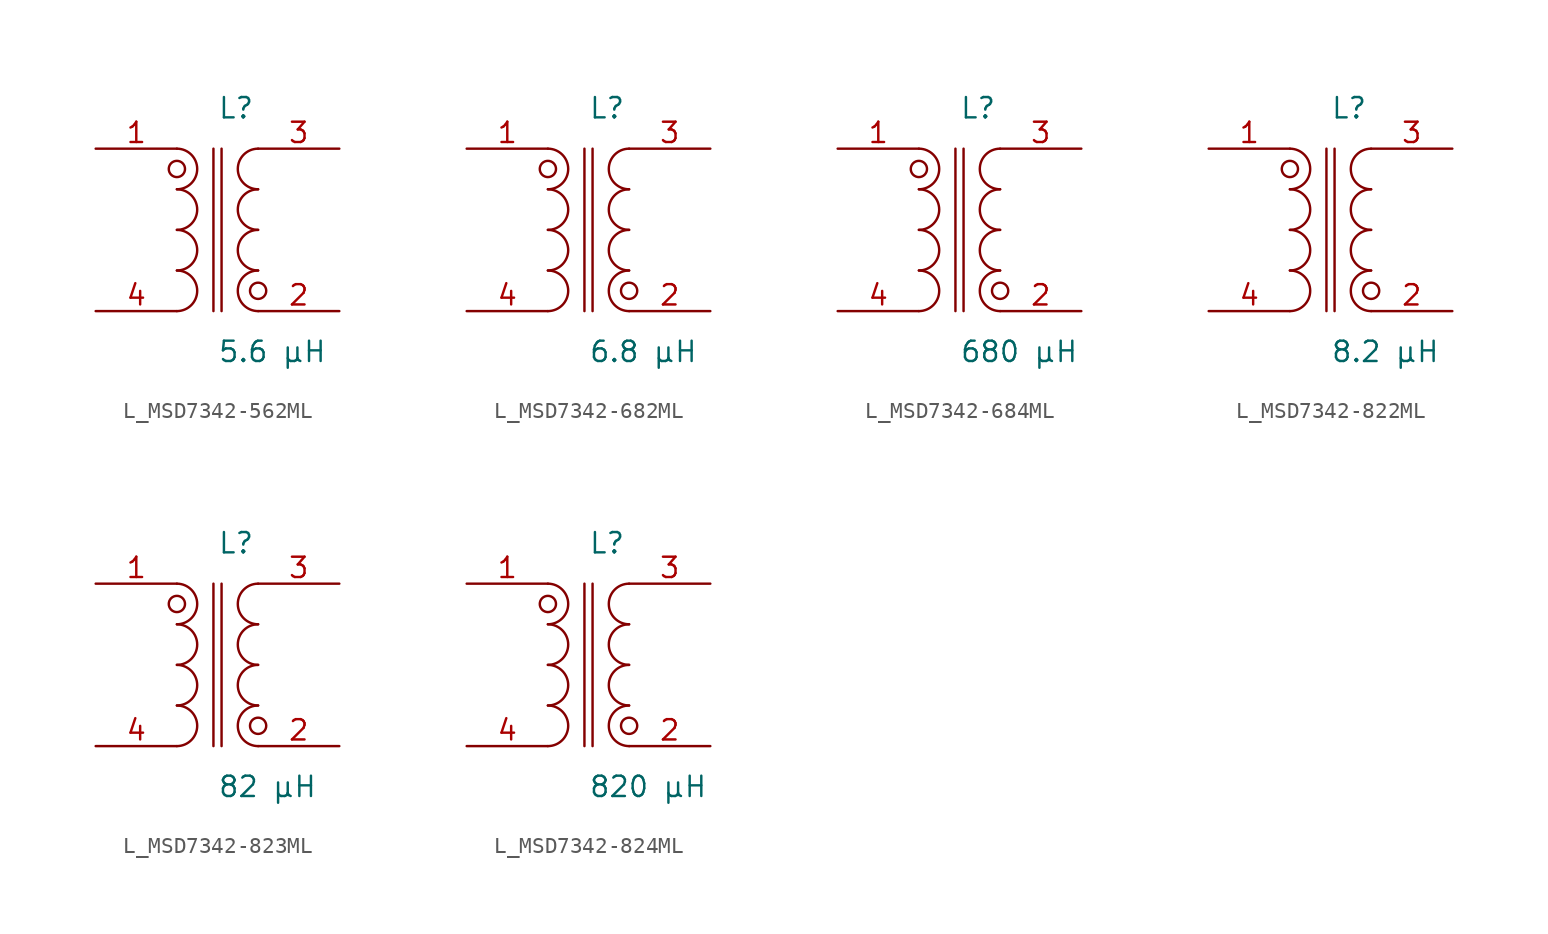
<source format=kicad_sym>
(kicad_symbol_lib
  (version 20231120)
  (generator kicad_symbol_editor)
  (generator_version 8.0)
  (symbol "L_MSD7342-562ML"
    (pin_names
      (offset 0.254))
    (property "Reference" "L"
      (at 0.0 7.62 0)
      (effects (font (size 1.27 1.27)) (justify left)))
    (property "Value" "5.6 µH"
      (at 0.0 -7.62 0)
      (effects (font (size 1.27 1.27)) (justify left)))
    (symbol "L_MSD7342-562ML_1_1"
      (arc (start -2.54 -5.08) (mid -1.27 -3.81) (end -2.54 -2.54) (stroke (width 0) (type default)) (fill (type none)))
      (arc (start -2.54 -2.54) (mid -1.27 -1.27) (end -2.54 0.0) (stroke (width 0) (type default)) (fill (type none)))
      (arc (start -2.54 0.0) (mid -1.27 1.27) (end -2.54 2.54) (stroke (width 0) (type default)) (fill (type none)))
      (arc (start -2.54 2.54) (mid -1.27 3.81) (end -2.54 5.08) (stroke (width 0) (type default)) (fill (type none)))
      (arc (start 2.54 5.08) (mid 1.27 3.81) (end 2.54 2.54) (stroke (width 0) (type default)) (fill (type none)))
      (arc (start 2.54 2.54) (mid 1.27 1.27) (end 2.54 0.0) (stroke (width 0) (type default)) (fill (type none)))
      (arc (start 2.54 0.0) (mid 1.27 -1.27) (end 2.54 -2.54) (stroke (width 0) (type default)) (fill (type none)))
      (arc (start 2.54 -2.54) (mid 1.27 -3.81) (end 2.54 -5.08) (stroke (width 0) (type default)) (fill (type none)))
      (circle (center -2.54 3.81) (radius 0.508) (stroke (width 0) (type default)) (fill (type none)))
      (circle (center 2.54 -3.81) (radius 0.508) (stroke (width 0) (type default)) (fill (type none)))
      (polyline (pts (xy -0.254 5.08) (xy -0.254 -5.08)) (stroke (width 0) (type default)) (fill (type none)))
      (polyline (pts (xy 0.254 5.08) (xy 0.254 -5.08)) (stroke (width 0) (type default)) (fill (type none)))
      (pin unspecified line (at -7.62 5.08 0) (length 5.08) (name "" (effects (font (size 1.27 1.27)))) (number "1" (effects (font (size 1.27 1.27)))))
      (pin unspecified line (at -7.62 -5.08 0) (length 5.08) (name "" (effects (font (size 1.27 1.27)))) (number "4" (effects (font (size 1.27 1.27)))))
      (pin unspecified line (at 7.62 5.08 180) (length 5.08) (name "" (effects (font (size 1.27 1.27)))) (number "3" (effects (font (size 1.27 1.27)))))
      (pin unspecified line (at 7.62 -5.08 180) (length 5.08) (name "" (effects (font (size 1.27 1.27)))) (number "2" (effects (font (size 1.27 1.27)))))))
  (symbol "L_MSD7342-682ML"
    (pin_names
      (offset 0.254))
    (property "Reference" "L"
      (at 0.0 7.62 0)
      (effects (font (size 1.27 1.27)) (justify left)))
    (property "Value" "6.8 µH"
      (at 0.0 -7.62 0)
      (effects (font (size 1.27 1.27)) (justify left)))
    (symbol "L_MSD7342-682ML_1_1"
      (arc (start -2.54 -5.08) (mid -1.27 -3.81) (end -2.54 -2.54) (stroke (width 0) (type default)) (fill (type none)))
      (arc (start -2.54 -2.54) (mid -1.27 -1.27) (end -2.54 0.0) (stroke (width 0) (type default)) (fill (type none)))
      (arc (start -2.54 0.0) (mid -1.27 1.27) (end -2.54 2.54) (stroke (width 0) (type default)) (fill (type none)))
      (arc (start -2.54 2.54) (mid -1.27 3.81) (end -2.54 5.08) (stroke (width 0) (type default)) (fill (type none)))
      (arc (start 2.54 5.08) (mid 1.27 3.81) (end 2.54 2.54) (stroke (width 0) (type default)) (fill (type none)))
      (arc (start 2.54 2.54) (mid 1.27 1.27) (end 2.54 0.0) (stroke (width 0) (type default)) (fill (type none)))
      (arc (start 2.54 0.0) (mid 1.27 -1.27) (end 2.54 -2.54) (stroke (width 0) (type default)) (fill (type none)))
      (arc (start 2.54 -2.54) (mid 1.27 -3.81) (end 2.54 -5.08) (stroke (width 0) (type default)) (fill (type none)))
      (circle (center -2.54 3.81) (radius 0.508) (stroke (width 0) (type default)) (fill (type none)))
      (circle (center 2.54 -3.81) (radius 0.508) (stroke (width 0) (type default)) (fill (type none)))
      (polyline (pts (xy -0.254 5.08) (xy -0.254 -5.08)) (stroke (width 0) (type default)) (fill (type none)))
      (polyline (pts (xy 0.254 5.08) (xy 0.254 -5.08)) (stroke (width 0) (type default)) (fill (type none)))
      (pin unspecified line (at -7.62 5.08 0) (length 5.08) (name "" (effects (font (size 1.27 1.27)))) (number "1" (effects (font (size 1.27 1.27)))))
      (pin unspecified line (at -7.62 -5.08 0) (length 5.08) (name "" (effects (font (size 1.27 1.27)))) (number "4" (effects (font (size 1.27 1.27)))))
      (pin unspecified line (at 7.62 5.08 180) (length 5.08) (name "" (effects (font (size 1.27 1.27)))) (number "3" (effects (font (size 1.27 1.27)))))
      (pin unspecified line (at 7.62 -5.08 180) (length 5.08) (name "" (effects (font (size 1.27 1.27)))) (number "2" (effects (font (size 1.27 1.27)))))))
  (symbol "L_MSD7342-684ML"
    (pin_names
      (offset 0.254))
    (property "Reference" "L"
      (at 0.0 7.62 0)
      (effects (font (size 1.27 1.27)) (justify left)))
    (property "Value" "680 µH"
      (at 0.0 -7.62 0)
      (effects (font (size 1.27 1.27)) (justify left)))
    (symbol "L_MSD7342-684ML_1_1"
      (arc (start -2.54 -5.08) (mid -1.27 -3.81) (end -2.54 -2.54) (stroke (width 0) (type default)) (fill (type none)))
      (arc (start -2.54 -2.54) (mid -1.27 -1.27) (end -2.54 0.0) (stroke (width 0) (type default)) (fill (type none)))
      (arc (start -2.54 0.0) (mid -1.27 1.27) (end -2.54 2.54) (stroke (width 0) (type default)) (fill (type none)))
      (arc (start -2.54 2.54) (mid -1.27 3.81) (end -2.54 5.08) (stroke (width 0) (type default)) (fill (type none)))
      (arc (start 2.54 5.08) (mid 1.27 3.81) (end 2.54 2.54) (stroke (width 0) (type default)) (fill (type none)))
      (arc (start 2.54 2.54) (mid 1.27 1.27) (end 2.54 0.0) (stroke (width 0) (type default)) (fill (type none)))
      (arc (start 2.54 0.0) (mid 1.27 -1.27) (end 2.54 -2.54) (stroke (width 0) (type default)) (fill (type none)))
      (arc (start 2.54 -2.54) (mid 1.27 -3.81) (end 2.54 -5.08) (stroke (width 0) (type default)) (fill (type none)))
      (circle (center -2.54 3.81) (radius 0.508) (stroke (width 0) (type default)) (fill (type none)))
      (circle (center 2.54 -3.81) (radius 0.508) (stroke (width 0) (type default)) (fill (type none)))
      (polyline (pts (xy -0.254 5.08) (xy -0.254 -5.08)) (stroke (width 0) (type default)) (fill (type none)))
      (polyline (pts (xy 0.254 5.08) (xy 0.254 -5.08)) (stroke (width 0) (type default)) (fill (type none)))
      (pin unspecified line (at -7.62 5.08 0) (length 5.08) (name "" (effects (font (size 1.27 1.27)))) (number "1" (effects (font (size 1.27 1.27)))))
      (pin unspecified line (at -7.62 -5.08 0) (length 5.08) (name "" (effects (font (size 1.27 1.27)))) (number "4" (effects (font (size 1.27 1.27)))))
      (pin unspecified line (at 7.62 5.08 180) (length 5.08) (name "" (effects (font (size 1.27 1.27)))) (number "3" (effects (font (size 1.27 1.27)))))
      (pin unspecified line (at 7.62 -5.08 180) (length 5.08) (name "" (effects (font (size 1.27 1.27)))) (number "2" (effects (font (size 1.27 1.27)))))))
  (symbol "L_MSD7342-822ML"
    (pin_names
      (offset 0.254))
    (property "Reference" "L"
      (at 0.0 7.62 0)
      (effects (font (size 1.27 1.27)) (justify left)))
    (property "Value" "8.2 µH"
      (at 0.0 -7.62 0)
      (effects (font (size 1.27 1.27)) (justify left)))
    (symbol "L_MSD7342-822ML_1_1"
      (arc (start -2.54 -5.08) (mid -1.27 -3.81) (end -2.54 -2.54) (stroke (width 0) (type default)) (fill (type none)))
      (arc (start -2.54 -2.54) (mid -1.27 -1.27) (end -2.54 0.0) (stroke (width 0) (type default)) (fill (type none)))
      (arc (start -2.54 0.0) (mid -1.27 1.27) (end -2.54 2.54) (stroke (width 0) (type default)) (fill (type none)))
      (arc (start -2.54 2.54) (mid -1.27 3.81) (end -2.54 5.08) (stroke (width 0) (type default)) (fill (type none)))
      (arc (start 2.54 5.08) (mid 1.27 3.81) (end 2.54 2.54) (stroke (width 0) (type default)) (fill (type none)))
      (arc (start 2.54 2.54) (mid 1.27 1.27) (end 2.54 0.0) (stroke (width 0) (type default)) (fill (type none)))
      (arc (start 2.54 0.0) (mid 1.27 -1.27) (end 2.54 -2.54) (stroke (width 0) (type default)) (fill (type none)))
      (arc (start 2.54 -2.54) (mid 1.27 -3.81) (end 2.54 -5.08) (stroke (width 0) (type default)) (fill (type none)))
      (circle (center -2.54 3.81) (radius 0.508) (stroke (width 0) (type default)) (fill (type none)))
      (circle (center 2.54 -3.81) (radius 0.508) (stroke (width 0) (type default)) (fill (type none)))
      (polyline (pts (xy -0.254 5.08) (xy -0.254 -5.08)) (stroke (width 0) (type default)) (fill (type none)))
      (polyline (pts (xy 0.254 5.08) (xy 0.254 -5.08)) (stroke (width 0) (type default)) (fill (type none)))
      (pin unspecified line (at -7.62 5.08 0) (length 5.08) (name "" (effects (font (size 1.27 1.27)))) (number "1" (effects (font (size 1.27 1.27)))))
      (pin unspecified line (at -7.62 -5.08 0) (length 5.08) (name "" (effects (font (size 1.27 1.27)))) (number "4" (effects (font (size 1.27 1.27)))))
      (pin unspecified line (at 7.62 5.08 180) (length 5.08) (name "" (effects (font (size 1.27 1.27)))) (number "3" (effects (font (size 1.27 1.27)))))
      (pin unspecified line (at 7.62 -5.08 180) (length 5.08) (name "" (effects (font (size 1.27 1.27)))) (number "2" (effects (font (size 1.27 1.27)))))))
  (symbol "L_MSD7342-823ML"
    (pin_names
      (offset 0.254))
    (property "Reference" "L"
      (at 0.0 7.62 0)
      (effects (font (size 1.27 1.27)) (justify left)))
    (property "Value" "82 µH"
      (at 0.0 -7.62 0)
      (effects (font (size 1.27 1.27)) (justify left)))
    (symbol "L_MSD7342-823ML_1_1"
      (arc (start -2.54 -5.08) (mid -1.27 -3.81) (end -2.54 -2.54) (stroke (width 0) (type default)) (fill (type none)))
      (arc (start -2.54 -2.54) (mid -1.27 -1.27) (end -2.54 0.0) (stroke (width 0) (type default)) (fill (type none)))
      (arc (start -2.54 0.0) (mid -1.27 1.27) (end -2.54 2.54) (stroke (width 0) (type default)) (fill (type none)))
      (arc (start -2.54 2.54) (mid -1.27 3.81) (end -2.54 5.08) (stroke (width 0) (type default)) (fill (type none)))
      (arc (start 2.54 5.08) (mid 1.27 3.81) (end 2.54 2.54) (stroke (width 0) (type default)) (fill (type none)))
      (arc (start 2.54 2.54) (mid 1.27 1.27) (end 2.54 0.0) (stroke (width 0) (type default)) (fill (type none)))
      (arc (start 2.54 0.0) (mid 1.27 -1.27) (end 2.54 -2.54) (stroke (width 0) (type default)) (fill (type none)))
      (arc (start 2.54 -2.54) (mid 1.27 -3.81) (end 2.54 -5.08) (stroke (width 0) (type default)) (fill (type none)))
      (circle (center -2.54 3.81) (radius 0.508) (stroke (width 0) (type default)) (fill (type none)))
      (circle (center 2.54 -3.81) (radius 0.508) (stroke (width 0) (type default)) (fill (type none)))
      (polyline (pts (xy -0.254 5.08) (xy -0.254 -5.08)) (stroke (width 0) (type default)) (fill (type none)))
      (polyline (pts (xy 0.254 5.08) (xy 0.254 -5.08)) (stroke (width 0) (type default)) (fill (type none)))
      (pin unspecified line (at -7.62 5.08 0) (length 5.08) (name "" (effects (font (size 1.27 1.27)))) (number "1" (effects (font (size 1.27 1.27)))))
      (pin unspecified line (at -7.62 -5.08 0) (length 5.08) (name "" (effects (font (size 1.27 1.27)))) (number "4" (effects (font (size 1.27 1.27)))))
      (pin unspecified line (at 7.62 5.08 180) (length 5.08) (name "" (effects (font (size 1.27 1.27)))) (number "3" (effects (font (size 1.27 1.27)))))
      (pin unspecified line (at 7.62 -5.08 180) (length 5.08) (name "" (effects (font (size 1.27 1.27)))) (number "2" (effects (font (size 1.27 1.27)))))))
  (symbol "L_MSD7342-824ML"
    (pin_names
      (offset 0.254))
    (property "Reference" "L"
      (at 0.0 7.62 0)
      (effects (font (size 1.27 1.27)) (justify left)))
    (property "Value" "820 µH"
      (at 0.0 -7.62 0)
      (effects (font (size 1.27 1.27)) (justify left)))
    (symbol "L_MSD7342-824ML_1_1"
      (arc (start -2.54 -5.08) (mid -1.27 -3.81) (end -2.54 -2.54) (stroke (width 0) (type default)) (fill (type none)))
      (arc (start -2.54 -2.54) (mid -1.27 -1.27) (end -2.54 0.0) (stroke (width 0) (type default)) (fill (type none)))
      (arc (start -2.54 0.0) (mid -1.27 1.27) (end -2.54 2.54) (stroke (width 0) (type default)) (fill (type none)))
      (arc (start -2.54 2.54) (mid -1.27 3.81) (end -2.54 5.08) (stroke (width 0) (type default)) (fill (type none)))
      (arc (start 2.54 5.08) (mid 1.27 3.81) (end 2.54 2.54) (stroke (width 0) (type default)) (fill (type none)))
      (arc (start 2.54 2.54) (mid 1.27 1.27) (end 2.54 0.0) (stroke (width 0) (type default)) (fill (type none)))
      (arc (start 2.54 0.0) (mid 1.27 -1.27) (end 2.54 -2.54) (stroke (width 0) (type default)) (fill (type none)))
      (arc (start 2.54 -2.54) (mid 1.27 -3.81) (end 2.54 -5.08) (stroke (width 0) (type default)) (fill (type none)))
      (circle (center -2.54 3.81) (radius 0.508) (stroke (width 0) (type default)) (fill (type none)))
      (circle (center 2.54 -3.81) (radius 0.508) (stroke (width 0) (type default)) (fill (type none)))
      (polyline (pts (xy -0.254 5.08) (xy -0.254 -5.08)) (stroke (width 0) (type default)) (fill (type none)))
      (polyline (pts (xy 0.254 5.08) (xy 0.254 -5.08)) (stroke (width 0) (type default)) (fill (type none)))
      (pin unspecified line (at -7.62 5.08 0) (length 5.08) (name "" (effects (font (size 1.27 1.27)))) (number "1" (effects (font (size 1.27 1.27)))))
      (pin unspecified line (at -7.62 -5.08 0) (length 5.08) (name "" (effects (font (size 1.27 1.27)))) (number "4" (effects (font (size 1.27 1.27)))))
      (pin unspecified line (at 7.62 5.08 180) (length 5.08) (name "" (effects (font (size 1.27 1.27)))) (number "3" (effects (font (size 1.27 1.27)))))
      (pin unspecified line (at 7.62 -5.08 180) (length 5.08) (name "" (effects (font (size 1.27 1.27)))) (number "2" (effects (font (size 1.27 1.27))))))))
</source>
